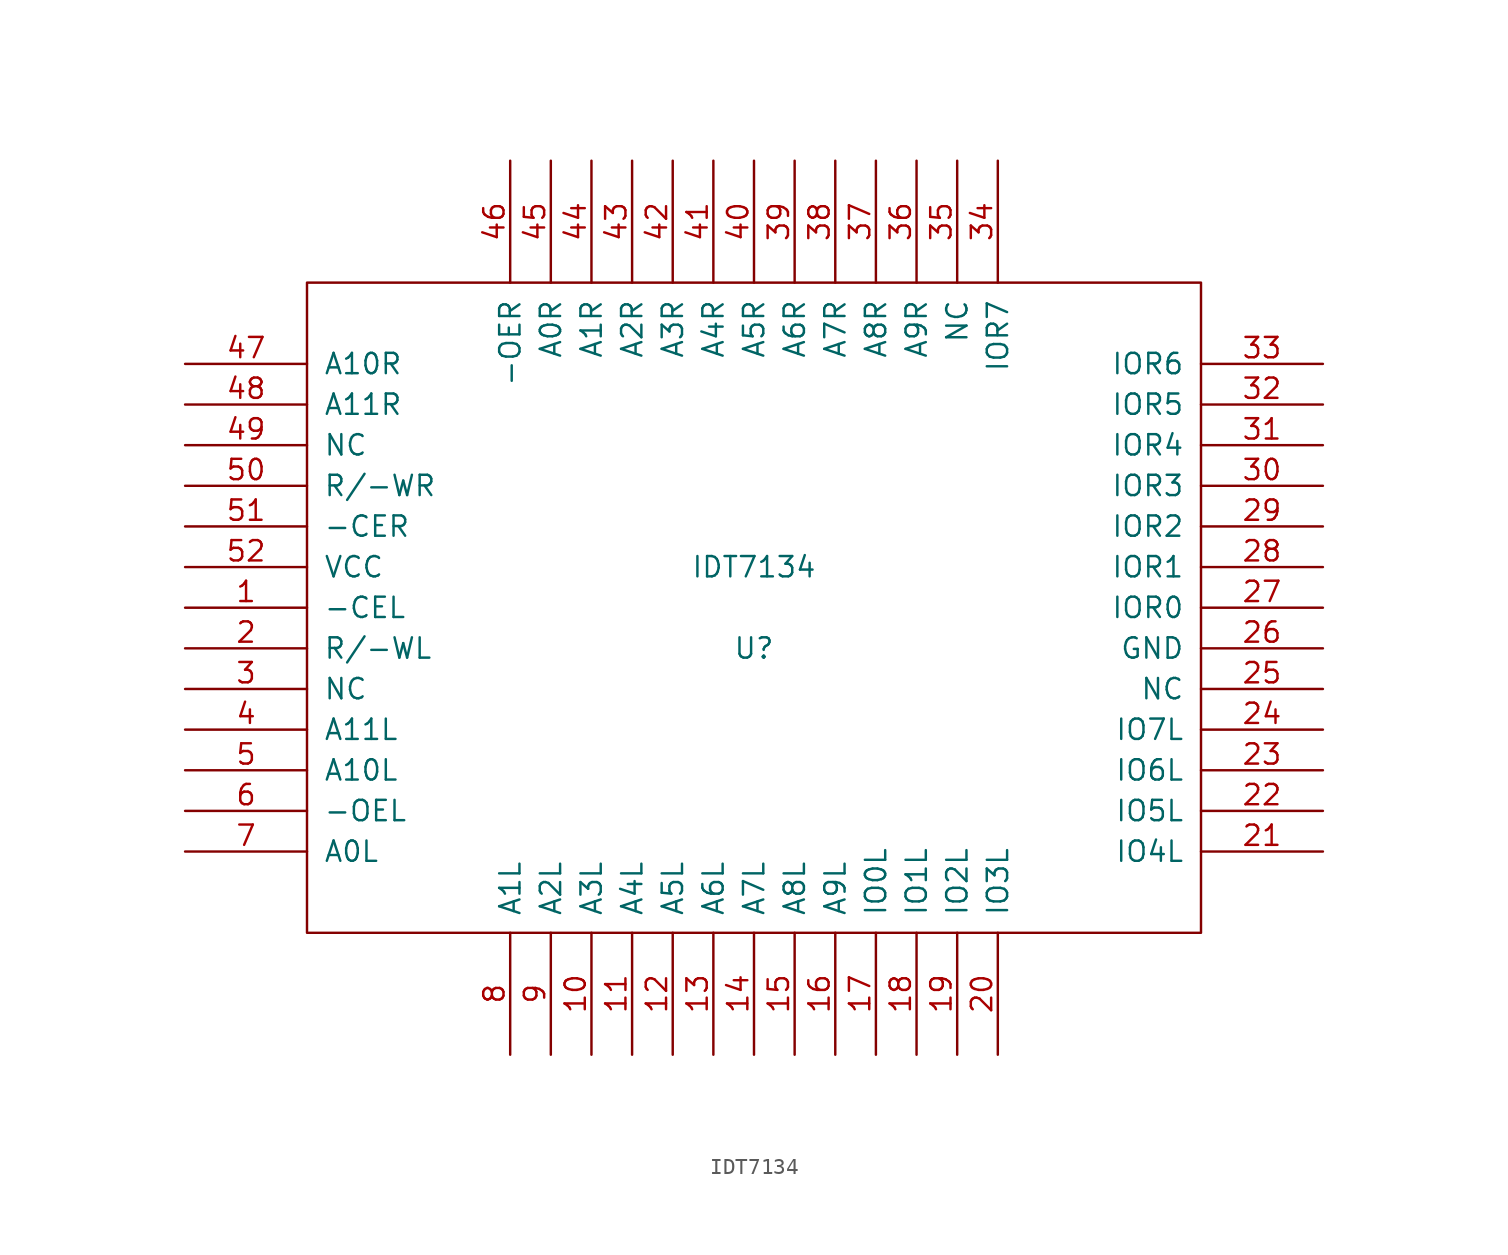
<source format=kicad_sym>
(kicad_symbol_lib
  (version 20231120)
  (generator "kicad_symbol_editor")
  (generator_version "8.0")
  (symbol "IDT7134"
    (pin_names
      (offset 1.016))
    (property "Reference" "U"
      (at 0 -2.54 0)
      (effects (font (size 1.27 1.27))))
    (property "Value" "IDT7134"
      (at 0 2.54 0)
      (effects (font (size 1.27 1.27))))
    (symbol "IDT7134_1_0"
      (rectangle (start -27.94 -20.32) (end 27.94 20.32) (stroke (width 0) (type solid)) (fill (type none))))
    (symbol "IDT7134_1_1"
      (pin input line (at -35.56 0 0) (length 7.62) (name "-CEL" (effects (font (size 1.27 1.27)))) (number "1" (effects (font (size 1.27 1.27)))))
      (pin input line (at -10.16 -27.94 90) (length 7.62) (name "A3L" (effects (font (size 1.27 1.27)))) (number "10" (effects (font (size 1.27 1.27)))))
      (pin input line (at -7.62 -27.94 90) (length 7.62) (name "A4L" (effects (font (size 1.27 1.27)))) (number "11" (effects (font (size 1.27 1.27)))))
      (pin input line (at -5.08 -27.94 90) (length 7.62) (name "A5L" (effects (font (size 1.27 1.27)))) (number "12" (effects (font (size 1.27 1.27)))))
      (pin input line (at -2.54 -27.94 90) (length 7.62) (name "A6L" (effects (font (size 1.27 1.27)))) (number "13" (effects (font (size 1.27 1.27)))))
      (pin input line (at 0 -27.94 90) (length 7.62) (name "A7L" (effects (font (size 1.27 1.27)))) (number "14" (effects (font (size 1.27 1.27)))))
      (pin input line (at 2.54 -27.94 90) (length 7.62) (name "A8L" (effects (font (size 1.27 1.27)))) (number "15" (effects (font (size 1.27 1.27)))))
      (pin input line (at 5.08 -27.94 90) (length 7.62) (name "A9L" (effects (font (size 1.27 1.27)))) (number "16" (effects (font (size 1.27 1.27)))))
      (pin bidirectional line (at 7.62 -27.94 90) (length 7.62) (name "IO0L" (effects (font (size 1.27 1.27)))) (number "17" (effects (font (size 1.27 1.27)))))
      (pin bidirectional line (at 10.16 -27.94 90) (length 7.62) (name "IO1L" (effects (font (size 1.27 1.27)))) (number "18" (effects (font (size 1.27 1.27)))))
      (pin bidirectional line (at 12.7 -27.94 90) (length 7.62) (name "IO2L" (effects (font (size 1.27 1.27)))) (number "19" (effects (font (size 1.27 1.27)))))
      (pin input line (at -35.56 -2.54 0) (length 7.62) (name "R/-WL" (effects (font (size 1.27 1.27)))) (number "2" (effects (font (size 1.27 1.27)))))
      (pin bidirectional line (at 15.24 -27.94 90) (length 7.62) (name "IO3L" (effects (font (size 1.27 1.27)))) (number "20" (effects (font (size 1.27 1.27)))))
      (pin bidirectional line (at 35.56 -15.24 180) (length 7.62) (name "IO4L" (effects (font (size 1.27 1.27)))) (number "21" (effects (font (size 1.27 1.27)))))
      (pin bidirectional line (at 35.56 -12.7 180) (length 7.62) (name "IO5L" (effects (font (size 1.27 1.27)))) (number "22" (effects (font (size 1.27 1.27)))))
      (pin bidirectional line (at 35.56 -10.16 180) (length 7.62) (name "IO6L" (effects (font (size 1.27 1.27)))) (number "23" (effects (font (size 1.27 1.27)))))
      (pin bidirectional line (at 35.56 -7.62 180) (length 7.62) (name "IO7L" (effects (font (size 1.27 1.27)))) (number "24" (effects (font (size 1.27 1.27)))))
      (pin unspecified line (at 35.56 -5.08 180) (length 7.62) (name "NC" (effects (font (size 1.27 1.27)))) (number "25" (effects (font (size 1.27 1.27)))))
      (pin power_in line (at 35.56 -2.54 180) (length 7.62) (name "GND" (effects (font (size 1.27 1.27)))) (number "26" (effects (font (size 1.27 1.27)))))
      (pin bidirectional line (at 35.56 0 180) (length 7.62) (name "IOR0" (effects (font (size 1.27 1.27)))) (number "27" (effects (font (size 1.27 1.27)))))
      (pin bidirectional line (at 35.56 2.54 180) (length 7.62) (name "IOR1" (effects (font (size 1.27 1.27)))) (number "28" (effects (font (size 1.27 1.27)))))
      (pin bidirectional line (at 35.56 5.08 180) (length 7.62) (name "IOR2" (effects (font (size 1.27 1.27)))) (number "29" (effects (font (size 1.27 1.27)))))
      (pin unspecified line (at -35.56 -5.08 0) (length 7.62) (name "NC" (effects (font (size 1.27 1.27)))) (number "3" (effects (font (size 1.27 1.27)))))
      (pin bidirectional line (at 35.56 7.62 180) (length 7.62) (name "IOR3" (effects (font (size 1.27 1.27)))) (number "30" (effects (font (size 1.27 1.27)))))
      (pin bidirectional line (at 35.56 10.16 180) (length 7.62) (name "IOR4" (effects (font (size 1.27 1.27)))) (number "31" (effects (font (size 1.27 1.27)))))
      (pin bidirectional line (at 35.56 12.7 180) (length 7.62) (name "IOR5" (effects (font (size 1.27 1.27)))) (number "32" (effects (font (size 1.27 1.27)))))
      (pin bidirectional line (at 35.56 15.24 180) (length 7.62) (name "IOR6" (effects (font (size 1.27 1.27)))) (number "33" (effects (font (size 1.27 1.27)))))
      (pin bidirectional line (at 15.24 27.94 270) (length 7.62) (name "IOR7" (effects (font (size 1.27 1.27)))) (number "34" (effects (font (size 1.27 1.27)))))
      (pin unspecified line (at 12.7 27.94 270) (length 7.62) (name "NC" (effects (font (size 1.27 1.27)))) (number "35" (effects (font (size 1.27 1.27)))))
      (pin input line (at 10.16 27.94 270) (length 7.62) (name "A9R" (effects (font (size 1.27 1.27)))) (number "36" (effects (font (size 1.27 1.27)))))
      (pin input line (at 7.62 27.94 270) (length 7.62) (name "A8R" (effects (font (size 1.27 1.27)))) (number "37" (effects (font (size 1.27 1.27)))))
      (pin input line (at 5.08 27.94 270) (length 7.62) (name "A7R" (effects (font (size 1.27 1.27)))) (number "38" (effects (font (size 1.27 1.27)))))
      (pin input line (at 2.54 27.94 270) (length 7.62) (name "A6R" (effects (font (size 1.27 1.27)))) (number "39" (effects (font (size 1.27 1.27)))))
      (pin input line (at -35.56 -7.62 0) (length 7.62) (name "A11L" (effects (font (size 1.27 1.27)))) (number "4" (effects (font (size 1.27 1.27)))))
      (pin input line (at 0 27.94 270) (length 7.62) (name "A5R" (effects (font (size 1.27 1.27)))) (number "40" (effects (font (size 1.27 1.27)))))
      (pin input line (at -2.54 27.94 270) (length 7.62) (name "A4R" (effects (font (size 1.27 1.27)))) (number "41" (effects (font (size 1.27 1.27)))))
      (pin input line (at -5.08 27.94 270) (length 7.62) (name "A3R" (effects (font (size 1.27 1.27)))) (number "42" (effects (font (size 1.27 1.27)))))
      (pin input line (at -7.62 27.94 270) (length 7.62) (name "A2R" (effects (font (size 1.27 1.27)))) (number "43" (effects (font (size 1.27 1.27)))))
      (pin input line (at -10.16 27.94 270) (length 7.62) (name "A1R" (effects (font (size 1.27 1.27)))) (number "44" (effects (font (size 1.27 1.27)))))
      (pin input line (at -12.7 27.94 270) (length 7.62) (name "A0R" (effects (font (size 1.27 1.27)))) (number "45" (effects (font (size 1.27 1.27)))))
      (pin input line (at -15.24 27.94 270) (length 7.62) (name "-OER" (effects (font (size 1.27 1.27)))) (number "46" (effects (font (size 1.27 1.27)))))
      (pin input line (at -35.56 15.24 0) (length 7.62) (name "A10R" (effects (font (size 1.27 1.27)))) (number "47" (effects (font (size 1.27 1.27)))))
      (pin input line (at -35.56 12.7 0) (length 7.62) (name "A11R" (effects (font (size 1.27 1.27)))) (number "48" (effects (font (size 1.27 1.27)))))
      (pin unspecified line (at -35.56 10.16 0) (length 7.62) (name "NC" (effects (font (size 1.27 1.27)))) (number "49" (effects (font (size 1.27 1.27)))))
      (pin input line (at -35.56 -10.16 0) (length 7.62) (name "A10L" (effects (font (size 1.27 1.27)))) (number "5" (effects (font (size 1.27 1.27)))))
      (pin input line (at -35.56 7.62 0) (length 7.62) (name "R/-WR" (effects (font (size 1.27 1.27)))) (number "50" (effects (font (size 1.27 1.27)))))
      (pin input line (at -35.56 5.08 0) (length 7.62) (name "-CER" (effects (font (size 1.27 1.27)))) (number "51" (effects (font (size 1.27 1.27)))))
      (pin power_in line (at -35.56 2.54 0) (length 7.62) (name "VCC" (effects (font (size 1.27 1.27)))) (number "52" (effects (font (size 1.27 1.27)))))
      (pin input line (at -35.56 -12.7 0) (length 7.62) (name "-OEL" (effects (font (size 1.27 1.27)))) (number "6" (effects (font (size 1.27 1.27)))))
      (pin input line (at -35.56 -15.24 0) (length 7.62) (name "A0L" (effects (font (size 1.27 1.27)))) (number "7" (effects (font (size 1.27 1.27)))))
      (pin input line (at -15.24 -27.94 90) (length 7.62) (name "A1L" (effects (font (size 1.27 1.27)))) (number "8" (effects (font (size 1.27 1.27)))))
      (pin input line (at -12.7 -27.94 90) (length 7.62) (name "A2L" (effects (font (size 1.27 1.27)))) (number "9" (effects (font (size 1.27 1.27))))))))
</source>
